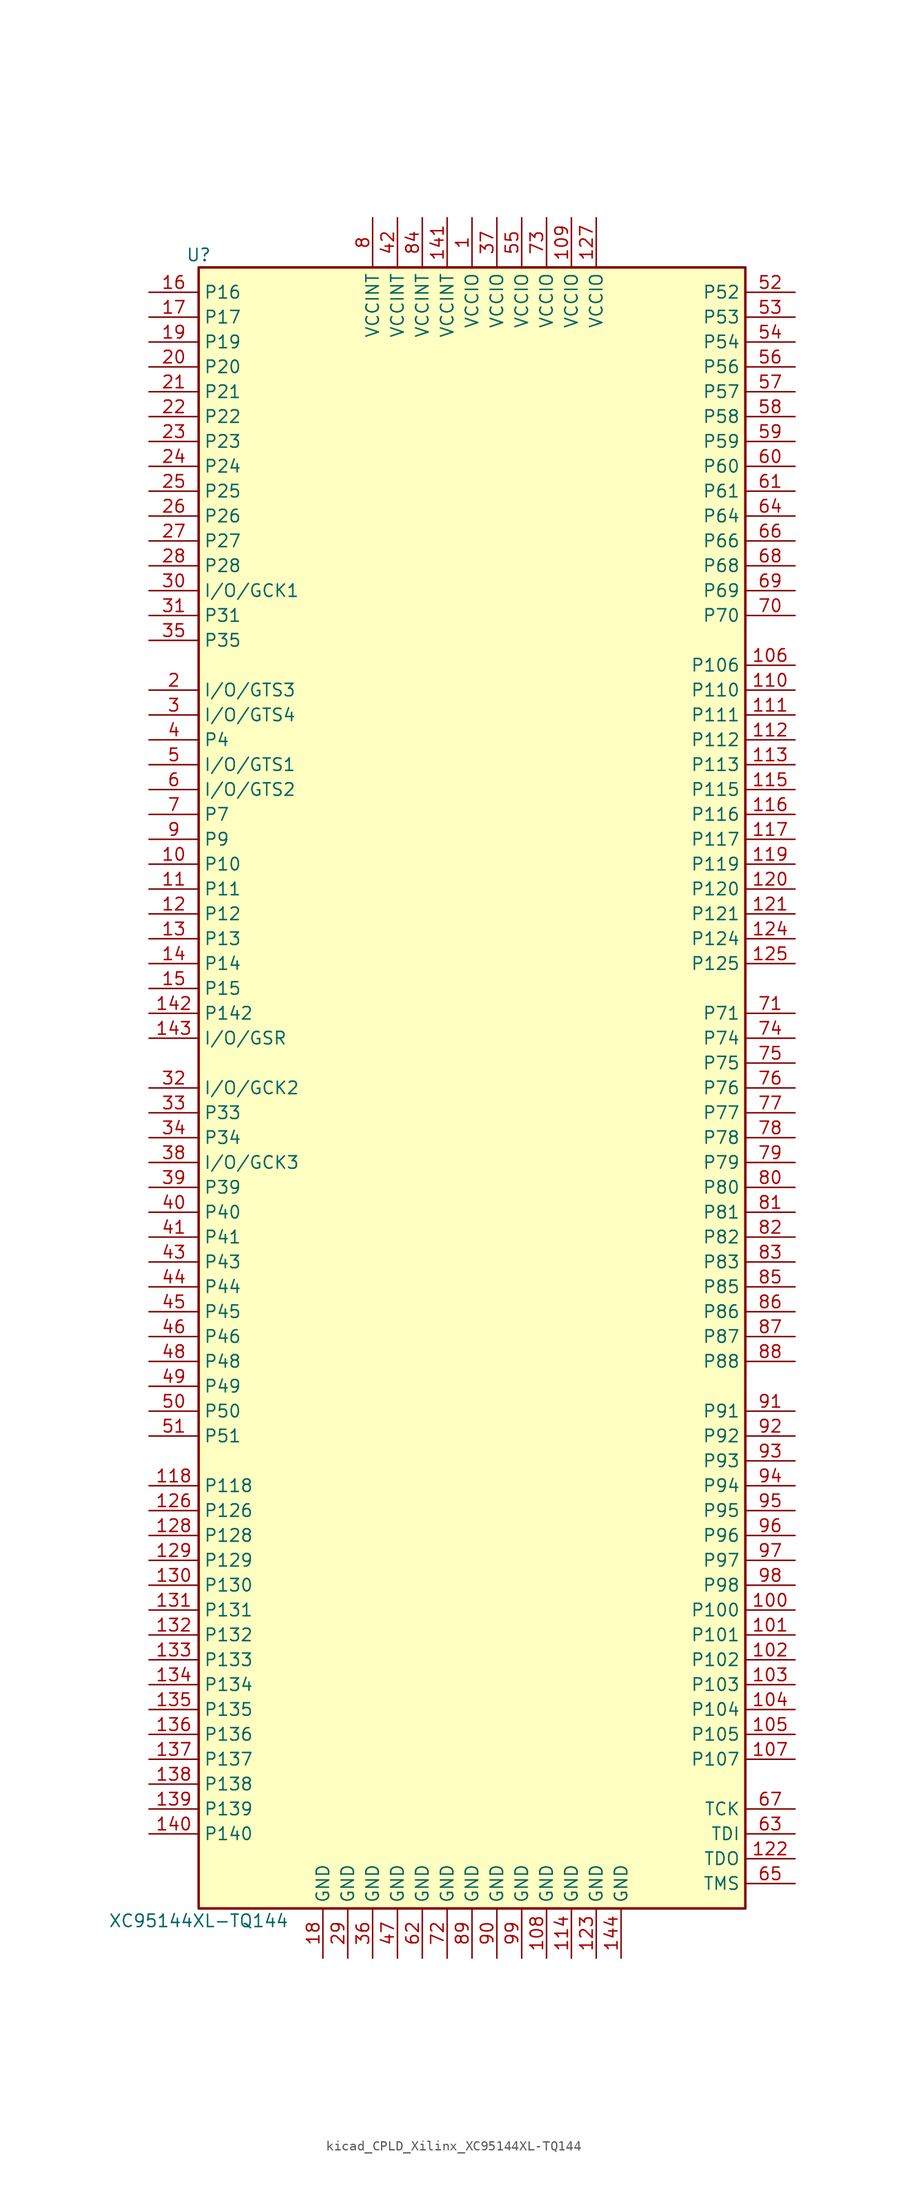
<source format=kicad_sym>
(kicad_symbol_lib
  (version 20220914)
  (generator kicad_symbol_editor)
  (symbol "kicad_CPLD_Xilinx_XC95144XL-TQ144"
    (property "Reference" "U"
      (at -27.94 85.09 0)
      (effects (font (size 1.27 1.27))))
    (property "Value" "XC95144XL-TQ144"
      (at -27.94 -85.09 0)
      (effects (font (size 1.27 1.27))))
    (symbol "kicad_CPLD_Xilinx_XC95144XL-TQ144_1_1"
      (rectangle (start -27.94 83.82) (end 27.94 -83.82) (stroke (width 0.254) (type default)) (fill (type background)))
      (pin power_in line (at 0 88.9 270) (length 5.08) (name "VCCIO" (effects (font (size 1.27 1.27)))) (number "1" (effects (font (size 1.27 1.27)))))
      (pin bidirectional line (at -33.02 22.86 0) (length 5.08) (name "P10" (effects (font (size 1.27 1.27)))) (number "10" (effects (font (size 1.27 1.27)))))
      (pin bidirectional line (at 33.02 -53.34 180) (length 5.08) (name "P100" (effects (font (size 1.27 1.27)))) (number "100" (effects (font (size 1.27 1.27)))))
      (pin bidirectional line (at 33.02 -55.88 180) (length 5.08) (name "P101" (effects (font (size 1.27 1.27)))) (number "101" (effects (font (size 1.27 1.27)))))
      (pin bidirectional line (at 33.02 -58.42 180) (length 5.08) (name "P102" (effects (font (size 1.27 1.27)))) (number "102" (effects (font (size 1.27 1.27)))))
      (pin bidirectional line (at 33.02 -60.96 180) (length 5.08) (name "P103" (effects (font (size 1.27 1.27)))) (number "103" (effects (font (size 1.27 1.27)))))
      (pin bidirectional line (at 33.02 -63.5 180) (length 5.08) (name "P104" (effects (font (size 1.27 1.27)))) (number "104" (effects (font (size 1.27 1.27)))))
      (pin bidirectional line (at 33.02 -66.04 180) (length 5.08) (name "P105" (effects (font (size 1.27 1.27)))) (number "105" (effects (font (size 1.27 1.27)))))
      (pin bidirectional line (at 33.02 43.18 180) (length 5.08) (name "P106" (effects (font (size 1.27 1.27)))) (number "106" (effects (font (size 1.27 1.27)))))
      (pin bidirectional line (at 33.02 -68.58 180) (length 5.08) (name "P107" (effects (font (size 1.27 1.27)))) (number "107" (effects (font (size 1.27 1.27)))))
      (pin power_in line (at 7.62 -88.9 90) (length 5.08) (name "GND" (effects (font (size 1.27 1.27)))) (number "108" (effects (font (size 1.27 1.27)))))
      (pin power_in line (at 10.16 88.9 270) (length 5.08) (name "VCCIO" (effects (font (size 1.27 1.27)))) (number "109" (effects (font (size 1.27 1.27)))))
      (pin bidirectional line (at -33.02 20.32 0) (length 5.08) (name "P11" (effects (font (size 1.27 1.27)))) (number "11" (effects (font (size 1.27 1.27)))))
      (pin bidirectional line (at 33.02 40.64 180) (length 5.08) (name "P110" (effects (font (size 1.27 1.27)))) (number "110" (effects (font (size 1.27 1.27)))))
      (pin bidirectional line (at 33.02 38.1 180) (length 5.08) (name "P111" (effects (font (size 1.27 1.27)))) (number "111" (effects (font (size 1.27 1.27)))))
      (pin bidirectional line (at 33.02 35.56 180) (length 5.08) (name "P112" (effects (font (size 1.27 1.27)))) (number "112" (effects (font (size 1.27 1.27)))))
      (pin bidirectional line (at 33.02 33.02 180) (length 5.08) (name "P113" (effects (font (size 1.27 1.27)))) (number "113" (effects (font (size 1.27 1.27)))))
      (pin power_in line (at 10.16 -88.9 90) (length 5.08) (name "GND" (effects (font (size 1.27 1.27)))) (number "114" (effects (font (size 1.27 1.27)))))
      (pin bidirectional line (at 33.02 30.48 180) (length 5.08) (name "P115" (effects (font (size 1.27 1.27)))) (number "115" (effects (font (size 1.27 1.27)))))
      (pin bidirectional line (at 33.02 27.94 180) (length 5.08) (name "P116" (effects (font (size 1.27 1.27)))) (number "116" (effects (font (size 1.27 1.27)))))
      (pin bidirectional line (at 33.02 25.4 180) (length 5.08) (name "P117" (effects (font (size 1.27 1.27)))) (number "117" (effects (font (size 1.27 1.27)))))
      (pin bidirectional line (at -33.02 -40.64 0) (length 5.08) (name "P118" (effects (font (size 1.27 1.27)))) (number "118" (effects (font (size 1.27 1.27)))))
      (pin bidirectional line (at 33.02 22.86 180) (length 5.08) (name "P119" (effects (font (size 1.27 1.27)))) (number "119" (effects (font (size 1.27 1.27)))))
      (pin bidirectional line (at -33.02 17.78 0) (length 5.08) (name "P12" (effects (font (size 1.27 1.27)))) (number "12" (effects (font (size 1.27 1.27)))))
      (pin bidirectional line (at 33.02 20.32 180) (length 5.08) (name "P120" (effects (font (size 1.27 1.27)))) (number "120" (effects (font (size 1.27 1.27)))))
      (pin bidirectional line (at 33.02 17.78 180) (length 5.08) (name "P121" (effects (font (size 1.27 1.27)))) (number "121" (effects (font (size 1.27 1.27)))))
      (pin bidirectional line (at 33.02 -78.74 180) (length 5.08) (name "TDO" (effects (font (size 1.27 1.27)))) (number "122" (effects (font (size 1.27 1.27)))))
      (pin power_in line (at 12.7 -88.9 90) (length 5.08) (name "GND" (effects (font (size 1.27 1.27)))) (number "123" (effects (font (size 1.27 1.27)))))
      (pin bidirectional line (at 33.02 15.24 180) (length 5.08) (name "P124" (effects (font (size 1.27 1.27)))) (number "124" (effects (font (size 1.27 1.27)))))
      (pin bidirectional line (at 33.02 12.7 180) (length 5.08) (name "P125" (effects (font (size 1.27 1.27)))) (number "125" (effects (font (size 1.27 1.27)))))
      (pin bidirectional line (at -33.02 -43.18 0) (length 5.08) (name "P126" (effects (font (size 1.27 1.27)))) (number "126" (effects (font (size 1.27 1.27)))))
      (pin power_in line (at 12.7 88.9 270) (length 5.08) (name "VCCIO" (effects (font (size 1.27 1.27)))) (number "127" (effects (font (size 1.27 1.27)))))
      (pin bidirectional line (at -33.02 -45.72 0) (length 5.08) (name "P128" (effects (font (size 1.27 1.27)))) (number "128" (effects (font (size 1.27 1.27)))))
      (pin bidirectional line (at -33.02 -48.26 0) (length 5.08) (name "P129" (effects (font (size 1.27 1.27)))) (number "129" (effects (font (size 1.27 1.27)))))
      (pin bidirectional line (at -33.02 15.24 0) (length 5.08) (name "P13" (effects (font (size 1.27 1.27)))) (number "13" (effects (font (size 1.27 1.27)))))
      (pin bidirectional line (at -33.02 -50.8 0) (length 5.08) (name "P130" (effects (font (size 1.27 1.27)))) (number "130" (effects (font (size 1.27 1.27)))))
      (pin bidirectional line (at -33.02 -53.34 0) (length 5.08) (name "P131" (effects (font (size 1.27 1.27)))) (number "131" (effects (font (size 1.27 1.27)))))
      (pin bidirectional line (at -33.02 -55.88 0) (length 5.08) (name "P132" (effects (font (size 1.27 1.27)))) (number "132" (effects (font (size 1.27 1.27)))))
      (pin bidirectional line (at -33.02 -58.42 0) (length 5.08) (name "P133" (effects (font (size 1.27 1.27)))) (number "133" (effects (font (size 1.27 1.27)))))
      (pin bidirectional line (at -33.02 -60.96 0) (length 5.08) (name "P134" (effects (font (size 1.27 1.27)))) (number "134" (effects (font (size 1.27 1.27)))))
      (pin bidirectional line (at -33.02 -63.5 0) (length 5.08) (name "P135" (effects (font (size 1.27 1.27)))) (number "135" (effects (font (size 1.27 1.27)))))
      (pin bidirectional line (at -33.02 -66.04 0) (length 5.08) (name "P136" (effects (font (size 1.27 1.27)))) (number "136" (effects (font (size 1.27 1.27)))))
      (pin bidirectional line (at -33.02 -68.58 0) (length 5.08) (name "P137" (effects (font (size 1.27 1.27)))) (number "137" (effects (font (size 1.27 1.27)))))
      (pin bidirectional line (at -33.02 -71.12 0) (length 5.08) (name "P138" (effects (font (size 1.27 1.27)))) (number "138" (effects (font (size 1.27 1.27)))))
      (pin bidirectional line (at -33.02 -73.66 0) (length 5.08) (name "P139" (effects (font (size 1.27 1.27)))) (number "139" (effects (font (size 1.27 1.27)))))
      (pin bidirectional line (at -33.02 12.7 0) (length 5.08) (name "P14" (effects (font (size 1.27 1.27)))) (number "14" (effects (font (size 1.27 1.27)))))
      (pin bidirectional line (at -33.02 -76.2 0) (length 5.08) (name "P140" (effects (font (size 1.27 1.27)))) (number "140" (effects (font (size 1.27 1.27)))))
      (pin power_in line (at -2.54 88.9 270) (length 5.08) (name "VCCINT" (effects (font (size 1.27 1.27)))) (number "141" (effects (font (size 1.27 1.27)))))
      (pin bidirectional line (at -33.02 7.62 0) (length 5.08) (name "P142" (effects (font (size 1.27 1.27)))) (number "142" (effects (font (size 1.27 1.27)))))
      (pin bidirectional line (at -33.02 5.08 0) (length 5.08) (name "I/O/GSR" (effects (font (size 1.27 1.27)))) (number "143" (effects (font (size 1.27 1.27)))))
      (pin power_in line (at 15.24 -88.9 90) (length 5.08) (name "GND" (effects (font (size 1.27 1.27)))) (number "144" (effects (font (size 1.27 1.27)))))
      (pin bidirectional line (at -33.02 10.16 0) (length 5.08) (name "P15" (effects (font (size 1.27 1.27)))) (number "15" (effects (font (size 1.27 1.27)))))
      (pin bidirectional line (at -33.02 81.28 0) (length 5.08) (name "P16" (effects (font (size 1.27 1.27)))) (number "16" (effects (font (size 1.27 1.27)))))
      (pin bidirectional line (at -33.02 78.74 0) (length 5.08) (name "P17" (effects (font (size 1.27 1.27)))) (number "17" (effects (font (size 1.27 1.27)))))
      (pin power_in line (at -15.24 -88.9 90) (length 5.08) (name "GND" (effects (font (size 1.27 1.27)))) (number "18" (effects (font (size 1.27 1.27)))))
      (pin bidirectional line (at -33.02 76.2 0) (length 5.08) (name "P19" (effects (font (size 1.27 1.27)))) (number "19" (effects (font (size 1.27 1.27)))))
      (pin bidirectional line (at -33.02 40.64 0) (length 5.08) (name "I/O/GTS3" (effects (font (size 1.27 1.27)))) (number "2" (effects (font (size 1.27 1.27)))))
      (pin bidirectional line (at -33.02 73.66 0) (length 5.08) (name "P20" (effects (font (size 1.27 1.27)))) (number "20" (effects (font (size 1.27 1.27)))))
      (pin bidirectional line (at -33.02 71.12 0) (length 5.08) (name "P21" (effects (font (size 1.27 1.27)))) (number "21" (effects (font (size 1.27 1.27)))))
      (pin bidirectional line (at -33.02 68.58 0) (length 5.08) (name "P22" (effects (font (size 1.27 1.27)))) (number "22" (effects (font (size 1.27 1.27)))))
      (pin bidirectional line (at -33.02 66.04 0) (length 5.08) (name "P23" (effects (font (size 1.27 1.27)))) (number "23" (effects (font (size 1.27 1.27)))))
      (pin bidirectional line (at -33.02 63.5 0) (length 5.08) (name "P24" (effects (font (size 1.27 1.27)))) (number "24" (effects (font (size 1.27 1.27)))))
      (pin bidirectional line (at -33.02 60.96 0) (length 5.08) (name "P25" (effects (font (size 1.27 1.27)))) (number "25" (effects (font (size 1.27 1.27)))))
      (pin bidirectional line (at -33.02 58.42 0) (length 5.08) (name "P26" (effects (font (size 1.27 1.27)))) (number "26" (effects (font (size 1.27 1.27)))))
      (pin bidirectional line (at -33.02 55.88 0) (length 5.08) (name "P27" (effects (font (size 1.27 1.27)))) (number "27" (effects (font (size 1.27 1.27)))))
      (pin bidirectional line (at -33.02 53.34 0) (length 5.08) (name "P28" (effects (font (size 1.27 1.27)))) (number "28" (effects (font (size 1.27 1.27)))))
      (pin power_in line (at -12.7 -88.9 90) (length 5.08) (name "GND" (effects (font (size 1.27 1.27)))) (number "29" (effects (font (size 1.27 1.27)))))
      (pin bidirectional line (at -33.02 38.1 0) (length 5.08) (name "I/O/GTS4" (effects (font (size 1.27 1.27)))) (number "3" (effects (font (size 1.27 1.27)))))
      (pin bidirectional line (at -33.02 50.8 0) (length 5.08) (name "I/O/GCK1" (effects (font (size 1.27 1.27)))) (number "30" (effects (font (size 1.27 1.27)))))
      (pin bidirectional line (at -33.02 48.26 0) (length 5.08) (name "P31" (effects (font (size 1.27 1.27)))) (number "31" (effects (font (size 1.27 1.27)))))
      (pin bidirectional line (at -33.02 0 0) (length 5.08) (name "I/O/GCK2" (effects (font (size 1.27 1.27)))) (number "32" (effects (font (size 1.27 1.27)))))
      (pin bidirectional line (at -33.02 -2.54 0) (length 5.08) (name "P33" (effects (font (size 1.27 1.27)))) (number "33" (effects (font (size 1.27 1.27)))))
      (pin bidirectional line (at -33.02 -5.08 0) (length 5.08) (name "P34" (effects (font (size 1.27 1.27)))) (number "34" (effects (font (size 1.27 1.27)))))
      (pin bidirectional line (at -33.02 45.72 0) (length 5.08) (name "P35" (effects (font (size 1.27 1.27)))) (number "35" (effects (font (size 1.27 1.27)))))
      (pin power_in line (at -10.16 -88.9 90) (length 5.08) (name "GND" (effects (font (size 1.27 1.27)))) (number "36" (effects (font (size 1.27 1.27)))))
      (pin power_in line (at 2.54 88.9 270) (length 5.08) (name "VCCIO" (effects (font (size 1.27 1.27)))) (number "37" (effects (font (size 1.27 1.27)))))
      (pin bidirectional line (at -33.02 -7.62 0) (length 5.08) (name "I/O/GCK3" (effects (font (size 1.27 1.27)))) (number "38" (effects (font (size 1.27 1.27)))))
      (pin bidirectional line (at -33.02 -10.16 0) (length 5.08) (name "P39" (effects (font (size 1.27 1.27)))) (number "39" (effects (font (size 1.27 1.27)))))
      (pin bidirectional line (at -33.02 35.56 0) (length 5.08) (name "P4" (effects (font (size 1.27 1.27)))) (number "4" (effects (font (size 1.27 1.27)))))
      (pin bidirectional line (at -33.02 -12.7 0) (length 5.08) (name "P40" (effects (font (size 1.27 1.27)))) (number "40" (effects (font (size 1.27 1.27)))))
      (pin bidirectional line (at -33.02 -15.24 0) (length 5.08) (name "P41" (effects (font (size 1.27 1.27)))) (number "41" (effects (font (size 1.27 1.27)))))
      (pin power_in line (at -7.62 88.9 270) (length 5.08) (name "VCCINT" (effects (font (size 1.27 1.27)))) (number "42" (effects (font (size 1.27 1.27)))))
      (pin bidirectional line (at -33.02 -17.78 0) (length 5.08) (name "P43" (effects (font (size 1.27 1.27)))) (number "43" (effects (font (size 1.27 1.27)))))
      (pin bidirectional line (at -33.02 -20.32 0) (length 5.08) (name "P44" (effects (font (size 1.27 1.27)))) (number "44" (effects (font (size 1.27 1.27)))))
      (pin bidirectional line (at -33.02 -22.86 0) (length 5.08) (name "P45" (effects (font (size 1.27 1.27)))) (number "45" (effects (font (size 1.27 1.27)))))
      (pin bidirectional line (at -33.02 -25.4 0) (length 5.08) (name "P46" (effects (font (size 1.27 1.27)))) (number "46" (effects (font (size 1.27 1.27)))))
      (pin power_in line (at -7.62 -88.9 90) (length 5.08) (name "GND" (effects (font (size 1.27 1.27)))) (number "47" (effects (font (size 1.27 1.27)))))
      (pin bidirectional line (at -33.02 -27.94 0) (length 5.08) (name "P48" (effects (font (size 1.27 1.27)))) (number "48" (effects (font (size 1.27 1.27)))))
      (pin bidirectional line (at -33.02 -30.48 0) (length 5.08) (name "P49" (effects (font (size 1.27 1.27)))) (number "49" (effects (font (size 1.27 1.27)))))
      (pin bidirectional line (at -33.02 33.02 0) (length 5.08) (name "I/O/GTS1" (effects (font (size 1.27 1.27)))) (number "5" (effects (font (size 1.27 1.27)))))
      (pin bidirectional line (at -33.02 -33.02 0) (length 5.08) (name "P50" (effects (font (size 1.27 1.27)))) (number "50" (effects (font (size 1.27 1.27)))))
      (pin bidirectional line (at -33.02 -35.56 0) (length 5.08) (name "P51" (effects (font (size 1.27 1.27)))) (number "51" (effects (font (size 1.27 1.27)))))
      (pin bidirectional line (at 33.02 81.28 180) (length 5.08) (name "P52" (effects (font (size 1.27 1.27)))) (number "52" (effects (font (size 1.27 1.27)))))
      (pin bidirectional line (at 33.02 78.74 180) (length 5.08) (name "P53" (effects (font (size 1.27 1.27)))) (number "53" (effects (font (size 1.27 1.27)))))
      (pin bidirectional line (at 33.02 76.2 180) (length 5.08) (name "P54" (effects (font (size 1.27 1.27)))) (number "54" (effects (font (size 1.27 1.27)))))
      (pin power_in line (at 5.08 88.9 270) (length 5.08) (name "VCCIO" (effects (font (size 1.27 1.27)))) (number "55" (effects (font (size 1.27 1.27)))))
      (pin bidirectional line (at 33.02 73.66 180) (length 5.08) (name "P56" (effects (font (size 1.27 1.27)))) (number "56" (effects (font (size 1.27 1.27)))))
      (pin bidirectional line (at 33.02 71.12 180) (length 5.08) (name "P57" (effects (font (size 1.27 1.27)))) (number "57" (effects (font (size 1.27 1.27)))))
      (pin bidirectional line (at 33.02 68.58 180) (length 5.08) (name "P58" (effects (font (size 1.27 1.27)))) (number "58" (effects (font (size 1.27 1.27)))))
      (pin bidirectional line (at 33.02 66.04 180) (length 5.08) (name "P59" (effects (font (size 1.27 1.27)))) (number "59" (effects (font (size 1.27 1.27)))))
      (pin bidirectional line (at -33.02 30.48 0) (length 5.08) (name "I/O/GTS2" (effects (font (size 1.27 1.27)))) (number "6" (effects (font (size 1.27 1.27)))))
      (pin bidirectional line (at 33.02 63.5 180) (length 5.08) (name "P60" (effects (font (size 1.27 1.27)))) (number "60" (effects (font (size 1.27 1.27)))))
      (pin bidirectional line (at 33.02 60.96 180) (length 5.08) (name "P61" (effects (font (size 1.27 1.27)))) (number "61" (effects (font (size 1.27 1.27)))))
      (pin power_in line (at -5.08 -88.9 90) (length 5.08) (name "GND" (effects (font (size 1.27 1.27)))) (number "62" (effects (font (size 1.27 1.27)))))
      (pin bidirectional line (at 33.02 -76.2 180) (length 5.08) (name "TDI" (effects (font (size 1.27 1.27)))) (number "63" (effects (font (size 1.27 1.27)))))
      (pin bidirectional line (at 33.02 58.42 180) (length 5.08) (name "P64" (effects (font (size 1.27 1.27)))) (number "64" (effects (font (size 1.27 1.27)))))
      (pin bidirectional line (at 33.02 -81.28 180) (length 5.08) (name "TMS" (effects (font (size 1.27 1.27)))) (number "65" (effects (font (size 1.27 1.27)))))
      (pin bidirectional line (at 33.02 55.88 180) (length 5.08) (name "P66" (effects (font (size 1.27 1.27)))) (number "66" (effects (font (size 1.27 1.27)))))
      (pin bidirectional line (at 33.02 -73.66 180) (length 5.08) (name "TCK" (effects (font (size 1.27 1.27)))) (number "67" (effects (font (size 1.27 1.27)))))
      (pin bidirectional line (at 33.02 53.34 180) (length 5.08) (name "P68" (effects (font (size 1.27 1.27)))) (number "68" (effects (font (size 1.27 1.27)))))
      (pin bidirectional line (at 33.02 50.8 180) (length 5.08) (name "P69" (effects (font (size 1.27 1.27)))) (number "69" (effects (font (size 1.27 1.27)))))
      (pin bidirectional line (at -33.02 27.94 0) (length 5.08) (name "P7" (effects (font (size 1.27 1.27)))) (number "7" (effects (font (size 1.27 1.27)))))
      (pin bidirectional line (at 33.02 48.26 180) (length 5.08) (name "P70" (effects (font (size 1.27 1.27)))) (number "70" (effects (font (size 1.27 1.27)))))
      (pin bidirectional line (at 33.02 7.62 180) (length 5.08) (name "P71" (effects (font (size 1.27 1.27)))) (number "71" (effects (font (size 1.27 1.27)))))
      (pin power_in line (at -2.54 -88.9 90) (length 5.08) (name "GND" (effects (font (size 1.27 1.27)))) (number "72" (effects (font (size 1.27 1.27)))))
      (pin power_in line (at 7.62 88.9 270) (length 5.08) (name "VCCIO" (effects (font (size 1.27 1.27)))) (number "73" (effects (font (size 1.27 1.27)))))
      (pin bidirectional line (at 33.02 5.08 180) (length 5.08) (name "P74" (effects (font (size 1.27 1.27)))) (number "74" (effects (font (size 1.27 1.27)))))
      (pin bidirectional line (at 33.02 2.54 180) (length 5.08) (name "P75" (effects (font (size 1.27 1.27)))) (number "75" (effects (font (size 1.27 1.27)))))
      (pin bidirectional line (at 33.02 0 180) (length 5.08) (name "P76" (effects (font (size 1.27 1.27)))) (number "76" (effects (font (size 1.27 1.27)))))
      (pin bidirectional line (at 33.02 -2.54 180) (length 5.08) (name "P77" (effects (font (size 1.27 1.27)))) (number "77" (effects (font (size 1.27 1.27)))))
      (pin bidirectional line (at 33.02 -5.08 180) (length 5.08) (name "P78" (effects (font (size 1.27 1.27)))) (number "78" (effects (font (size 1.27 1.27)))))
      (pin bidirectional line (at 33.02 -7.62 180) (length 5.08) (name "P79" (effects (font (size 1.27 1.27)))) (number "79" (effects (font (size 1.27 1.27)))))
      (pin power_in line (at -10.16 88.9 270) (length 5.08) (name "VCCINT" (effects (font (size 1.27 1.27)))) (number "8" (effects (font (size 1.27 1.27)))))
      (pin bidirectional line (at 33.02 -10.16 180) (length 5.08) (name "P80" (effects (font (size 1.27 1.27)))) (number "80" (effects (font (size 1.27 1.27)))))
      (pin bidirectional line (at 33.02 -12.7 180) (length 5.08) (name "P81" (effects (font (size 1.27 1.27)))) (number "81" (effects (font (size 1.27 1.27)))))
      (pin bidirectional line (at 33.02 -15.24 180) (length 5.08) (name "P82" (effects (font (size 1.27 1.27)))) (number "82" (effects (font (size 1.27 1.27)))))
      (pin bidirectional line (at 33.02 -17.78 180) (length 5.08) (name "P83" (effects (font (size 1.27 1.27)))) (number "83" (effects (font (size 1.27 1.27)))))
      (pin power_in line (at -5.08 88.9 270) (length 5.08) (name "VCCINT" (effects (font (size 1.27 1.27)))) (number "84" (effects (font (size 1.27 1.27)))))
      (pin bidirectional line (at 33.02 -20.32 180) (length 5.08) (name "P85" (effects (font (size 1.27 1.27)))) (number "85" (effects (font (size 1.27 1.27)))))
      (pin bidirectional line (at 33.02 -22.86 180) (length 5.08) (name "P86" (effects (font (size 1.27 1.27)))) (number "86" (effects (font (size 1.27 1.27)))))
      (pin bidirectional line (at 33.02 -25.4 180) (length 5.08) (name "P87" (effects (font (size 1.27 1.27)))) (number "87" (effects (font (size 1.27 1.27)))))
      (pin bidirectional line (at 33.02 -27.94 180) (length 5.08) (name "P88" (effects (font (size 1.27 1.27)))) (number "88" (effects (font (size 1.27 1.27)))))
      (pin power_in line (at 0 -88.9 90) (length 5.08) (name "GND" (effects (font (size 1.27 1.27)))) (number "89" (effects (font (size 1.27 1.27)))))
      (pin bidirectional line (at -33.02 25.4 0) (length 5.08) (name "P9" (effects (font (size 1.27 1.27)))) (number "9" (effects (font (size 1.27 1.27)))))
      (pin power_in line (at 2.54 -88.9 90) (length 5.08) (name "GND" (effects (font (size 1.27 1.27)))) (number "90" (effects (font (size 1.27 1.27)))))
      (pin bidirectional line (at 33.02 -33.02 180) (length 5.08) (name "P91" (effects (font (size 1.27 1.27)))) (number "91" (effects (font (size 1.27 1.27)))))
      (pin bidirectional line (at 33.02 -35.56 180) (length 5.08) (name "P92" (effects (font (size 1.27 1.27)))) (number "92" (effects (font (size 1.27 1.27)))))
      (pin bidirectional line (at 33.02 -38.1 180) (length 5.08) (name "P93" (effects (font (size 1.27 1.27)))) (number "93" (effects (font (size 1.27 1.27)))))
      (pin bidirectional line (at 33.02 -40.64 180) (length 5.08) (name "P94" (effects (font (size 1.27 1.27)))) (number "94" (effects (font (size 1.27 1.27)))))
      (pin bidirectional line (at 33.02 -43.18 180) (length 5.08) (name "P95" (effects (font (size 1.27 1.27)))) (number "95" (effects (font (size 1.27 1.27)))))
      (pin bidirectional line (at 33.02 -45.72 180) (length 5.08) (name "P96" (effects (font (size 1.27 1.27)))) (number "96" (effects (font (size 1.27 1.27)))))
      (pin bidirectional line (at 33.02 -48.26 180) (length 5.08) (name "P97" (effects (font (size 1.27 1.27)))) (number "97" (effects (font (size 1.27 1.27)))))
      (pin bidirectional line (at 33.02 -50.8 180) (length 5.08) (name "P98" (effects (font (size 1.27 1.27)))) (number "98" (effects (font (size 1.27 1.27)))))
      (pin power_in line (at 5.08 -88.9 90) (length 5.08) (name "GND" (effects (font (size 1.27 1.27)))) (number "99" (effects (font (size 1.27 1.27))))))))
</source>
